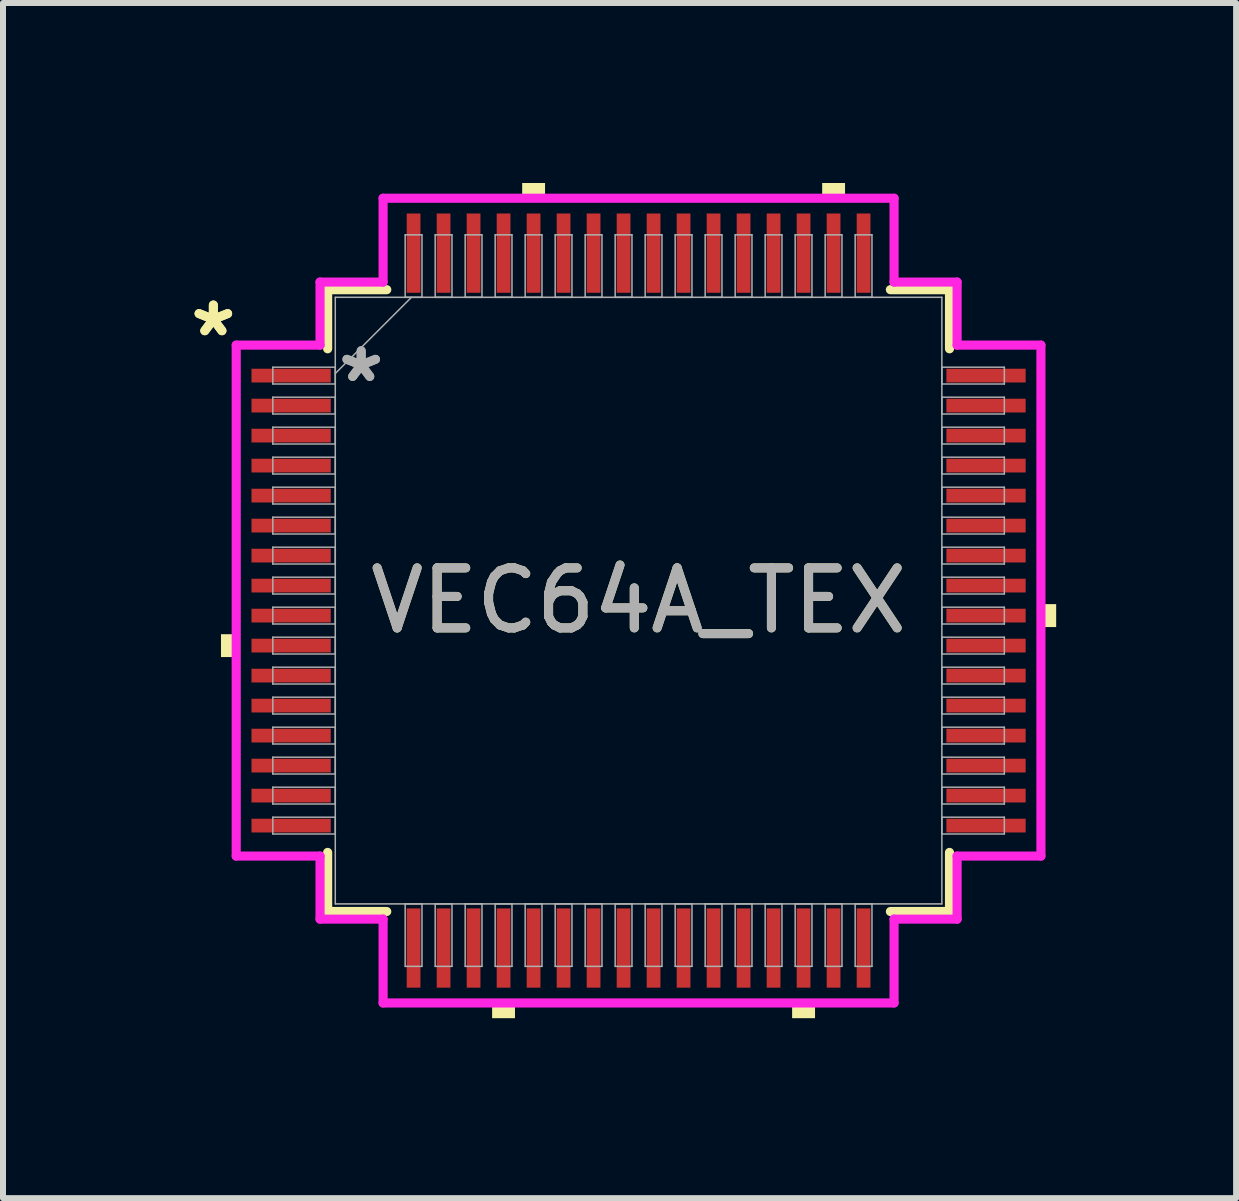
<source format=kicad_pcb>
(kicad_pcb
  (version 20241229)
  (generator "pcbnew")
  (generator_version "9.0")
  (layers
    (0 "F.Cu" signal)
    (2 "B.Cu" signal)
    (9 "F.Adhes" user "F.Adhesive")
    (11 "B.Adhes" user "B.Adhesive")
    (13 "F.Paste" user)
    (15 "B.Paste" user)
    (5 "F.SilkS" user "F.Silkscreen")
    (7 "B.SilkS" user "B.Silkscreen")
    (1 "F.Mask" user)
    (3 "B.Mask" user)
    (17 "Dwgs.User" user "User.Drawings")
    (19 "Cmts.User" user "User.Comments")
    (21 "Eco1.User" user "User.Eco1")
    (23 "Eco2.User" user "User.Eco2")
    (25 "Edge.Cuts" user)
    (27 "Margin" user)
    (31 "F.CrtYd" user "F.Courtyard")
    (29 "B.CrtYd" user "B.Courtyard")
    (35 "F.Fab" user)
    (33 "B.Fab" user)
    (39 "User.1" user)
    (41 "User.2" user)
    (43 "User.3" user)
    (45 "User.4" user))
  (footprint "VEC64A_TEX"
    (layer "F.Cu")
    (at 7.593 6.96)
    (property "Reference" "VEC64A_TEX" (at 0 0 0) (unlocked yes) (layer "F.SilkS") (effects (font (size 1 1) (thickness 0.15))))
    (attr smd)
    (fp_line (start -5.182 -5.182) (end -5.182 -4.197) (stroke (width 0.152) (type solid)) (layer "F.SilkS"))
    (fp_line (start -5.182 4.197) (end -5.182 5.182) (stroke (width 0.152) (type solid)) (layer "F.SilkS"))
    (fp_line (start -5.182 5.182) (end -4.197 5.182) (stroke (width 0.152) (type solid)) (layer "F.SilkS"))
    (fp_line (start -4.197 -5.182) (end -5.182 -5.182) (stroke (width 0.152) (type solid)) (layer "F.SilkS"))
    (fp_line (start 4.197 5.182) (end 5.182 5.182) (stroke (width 0.152) (type solid)) (layer "F.SilkS"))
    (fp_line (start 5.182 -5.182) (end 4.197 -5.182) (stroke (width 0.152) (type solid)) (layer "F.SilkS"))
    (fp_line (start 5.182 -4.197) (end 5.182 -5.182) (stroke (width 0.152) (type solid)) (layer "F.SilkS"))
    (fp_line (start 5.182 5.182) (end 5.182 4.197) (stroke (width 0.152) (type solid)) (layer "F.SilkS"))
    (fp_poly (pts (xy -6.96 0.56) (xy -6.96 0.941) (xy -6.706 0.941) (xy -6.706 0.56)) (stroke (width 0) (type solid)) (fill yes) (layer "F.SilkS"))
    (fp_poly (pts (xy -2.441 6.706) (xy -2.441 6.96) (xy -2.06 6.96) (xy -2.06 6.706)) (stroke (width 0) (type solid)) (fill yes) (layer "F.SilkS"))
    (fp_poly (pts (xy -1.94 -6.706) (xy -1.94 -6.96) (xy -1.559 -6.96) (xy -1.559 -6.706)) (stroke (width 0) (type solid)) (fill yes) (layer "F.SilkS"))
    (fp_poly (pts (xy 2.559 6.706) (xy 2.559 6.96) (xy 2.941 6.96) (xy 2.941 6.706)) (stroke (width 0) (type solid)) (fill yes) (layer "F.SilkS"))
    (fp_poly (pts (xy 3.06 -6.706) (xy 3.06 -6.96) (xy 3.441 -6.96) (xy 3.441 -6.706)) (stroke (width 0) (type solid)) (fill yes) (layer "F.SilkS"))
    (fp_poly (pts (xy 6.96 0.059) (xy 6.96 0.441) (xy 6.706 0.441) (xy 6.706 0.059)) (stroke (width 0) (type solid)) (fill yes) (layer "F.SilkS"))
    (fp_line (start -6.706 -4.258) (end -5.309 -4.258) (stroke (width 0.152) (type solid)) (layer "F.CrtYd"))
    (fp_line (start -6.706 4.258) (end -6.706 -4.258) (stroke (width 0.152) (type solid)) (layer "F.CrtYd"))
    (fp_line (start -6.706 4.258) (end -5.309 4.258) (stroke (width 0.152) (type solid)) (layer "F.CrtYd"))
    (fp_line (start -5.309 -5.309) (end -4.258 -5.309) (stroke (width 0.152) (type solid)) (layer "F.CrtYd"))
    (fp_line (start -5.309 -4.258) (end -5.309 -5.309) (stroke (width 0.152) (type solid)) (layer "F.CrtYd"))
    (fp_line (start -5.309 5.309) (end -5.309 4.258) (stroke (width 0.152) (type solid)) (layer "F.CrtYd"))
    (fp_line (start -4.258 -6.706) (end 4.258 -6.706) (stroke (width 0.152) (type solid)) (layer "F.CrtYd"))
    (fp_line (start -4.258 -5.309) (end -4.258 -6.706) (stroke (width 0.152) (type solid)) (layer "F.CrtYd"))
    (fp_line (start -4.258 5.309) (end -5.309 5.309) (stroke (width 0.152) (type solid)) (layer "F.CrtYd"))
    (fp_line (start -4.258 6.706) (end -4.258 5.309) (stroke (width 0.152) (type solid)) (layer "F.CrtYd"))
    (fp_line (start 4.258 -6.706) (end 4.258 -5.309) (stroke (width 0.152) (type solid)) (layer "F.CrtYd"))
    (fp_line (start 4.258 -5.309) (end 5.309 -5.309) (stroke (width 0.152) (type solid)) (layer "F.CrtYd"))
    (fp_line (start 4.258 5.309) (end 4.258 6.706) (stroke (width 0.152) (type solid)) (layer "F.CrtYd"))
    (fp_line (start 4.258 6.706) (end -4.258 6.706) (stroke (width 0.152) (type solid)) (layer "F.CrtYd"))
    (fp_line (start 5.309 -5.309) (end 5.309 -4.258) (stroke (width 0.152) (type solid)) (layer "F.CrtYd"))
    (fp_line (start 5.309 -4.258) (end 6.706 -4.258) (stroke (width 0.152) (type solid)) (layer "F.CrtYd"))
    (fp_line (start 5.309 4.258) (end 5.309 5.309) (stroke (width 0.152) (type solid)) (layer "F.CrtYd"))
    (fp_line (start 5.309 5.309) (end 4.258 5.309) (stroke (width 0.152) (type solid)) (layer "F.CrtYd"))
    (fp_line (start 6.706 -4.258) (end 6.706 4.258) (stroke (width 0.152) (type solid)) (layer "F.CrtYd"))
    (fp_line (start 6.706 4.258) (end 5.309 4.258) (stroke (width 0.152) (type solid)) (layer "F.CrtYd"))
    (fp_line (start -6.096 -3.89) (end -6.096 -3.61) (stroke (width 0.025) (type solid)) (layer "F.Fab"))
    (fp_line (start -6.096 -3.61) (end -5.055 -3.61) (stroke (width 0.025) (type solid)) (layer "F.Fab"))
    (fp_line (start -6.096 -3.39) (end -6.096 -3.11) (stroke (width 0.025) (type solid)) (layer "F.Fab"))
    (fp_line (start -6.096 -3.11) (end -5.055 -3.11) (stroke (width 0.025) (type solid)) (layer "F.Fab"))
    (fp_line (start -6.096 -2.89) (end -6.096 -2.61) (stroke (width 0.025) (type solid)) (layer "F.Fab"))
    (fp_line (start -6.096 -2.61) (end -5.055 -2.61) (stroke (width 0.025) (type solid)) (layer "F.Fab"))
    (fp_line (start -6.096 -2.39) (end -6.096 -2.11) (stroke (width 0.025) (type solid)) (layer "F.Fab"))
    (fp_line (start -6.096 -2.11) (end -5.055 -2.11) (stroke (width 0.025) (type solid)) (layer "F.Fab"))
    (fp_line (start -6.096 -1.89) (end -6.096 -1.61) (stroke (width 0.025) (type solid)) (layer "F.Fab"))
    (fp_line (start -6.096 -1.61) (end -5.055 -1.61) (stroke (width 0.025) (type solid)) (layer "F.Fab"))
    (fp_line (start -6.096 -1.39) (end -6.096 -1.11) (stroke (width 0.025) (type solid)) (layer "F.Fab"))
    (fp_line (start -6.096 -1.11) (end -5.055 -1.11) (stroke (width 0.025) (type solid)) (layer "F.Fab"))
    (fp_line (start -6.096 -0.89) (end -6.096 -0.61) (stroke (width 0.025) (type solid)) (layer "F.Fab"))
    (fp_line (start -6.096 -0.61) (end -5.055 -0.61) (stroke (width 0.025) (type solid)) (layer "F.Fab"))
    (fp_line (start -6.096 -0.39) (end -6.096 -0.11) (stroke (width 0.025) (type solid)) (layer "F.Fab"))
    (fp_line (start -6.096 -0.11) (end -5.055 -0.11) (stroke (width 0.025) (type solid)) (layer "F.Fab"))
    (fp_line (start -6.096 0.11) (end -6.096 0.39) (stroke (width 0.025) (type solid)) (layer "F.Fab"))
    (fp_line (start -6.096 0.39) (end -5.055 0.39) (stroke (width 0.025) (type solid)) (layer "F.Fab"))
    (fp_line (start -6.096 0.61) (end -6.096 0.89) (stroke (width 0.025) (type solid)) (layer "F.Fab"))
    (fp_line (start -6.096 0.89) (end -5.055 0.89) (stroke (width 0.025) (type solid)) (layer "F.Fab"))
    (fp_line (start -6.096 1.11) (end -6.096 1.39) (stroke (width 0.025) (type solid)) (layer "F.Fab"))
    (fp_line (start -6.096 1.39) (end -5.055 1.39) (stroke (width 0.025) (type solid)) (layer "F.Fab"))
    (fp_line (start -6.096 1.61) (end -6.096 1.89) (stroke (width 0.025) (type solid)) (layer "F.Fab"))
    (fp_line (start -6.096 1.89) (end -5.055 1.89) (stroke (width 0.025) (type solid)) (layer "F.Fab"))
    (fp_line (start -6.096 2.11) (end -6.096 2.39) (stroke (width 0.025) (type solid)) (layer "F.Fab"))
    (fp_line (start -6.096 2.39) (end -5.055 2.39) (stroke (width 0.025) (type solid)) (layer "F.Fab"))
    (fp_line (start -6.096 2.61) (end -6.096 2.89) (stroke (width 0.025) (type solid)) (layer "F.Fab"))
    (fp_line (start -6.096 2.89) (end -5.055 2.89) (stroke (width 0.025) (type solid)) (layer "F.Fab"))
    (fp_line (start -6.096 3.11) (end -6.096 3.39) (stroke (width 0.025) (type solid)) (layer "F.Fab"))
    (fp_line (start -6.096 3.39) (end -5.055 3.39) (stroke (width 0.025) (type solid)) (layer "F.Fab"))
    (fp_line (start -6.096 3.61) (end -6.096 3.89) (stroke (width 0.025) (type solid)) (layer "F.Fab"))
    (fp_line (start -6.096 3.89) (end -5.055 3.89) (stroke (width 0.025) (type solid)) (layer "F.Fab"))
    (fp_line (start -5.055 -5.055) (end -5.055 5.055) (stroke (width 0.025) (type solid)) (layer "F.Fab"))
    (fp_line (start -5.055 -3.89) (end -6.096 -3.89) (stroke (width 0.025) (type solid)) (layer "F.Fab"))
    (fp_line (start -5.055 -3.785) (end -3.785 -5.055) (stroke (width 0.025) (type solid)) (layer "F.Fab"))
    (fp_line (start -5.055 -3.61) (end -5.055 -3.89) (stroke (width 0.025) (type solid)) (layer "F.Fab"))
    (fp_line (start -5.055 -3.39) (end -6.096 -3.39) (stroke (width 0.025) (type solid)) (layer "F.Fab"))
    (fp_line (start -5.055 -3.11) (end -5.055 -3.39) (stroke (width 0.025) (type solid)) (layer "F.Fab"))
    (fp_line (start -5.055 -2.89) (end -6.096 -2.89) (stroke (width 0.025) (type solid)) (layer "F.Fab"))
    (fp_line (start -5.055 -2.61) (end -5.055 -2.89) (stroke (width 0.025) (type solid)) (layer "F.Fab"))
    (fp_line (start -5.055 -2.39) (end -6.096 -2.39) (stroke (width 0.025) (type solid)) (layer "F.Fab"))
    (fp_line (start -5.055 -2.11) (end -5.055 -2.39) (stroke (width 0.025) (type solid)) (layer "F.Fab"))
    (fp_line (start -5.055 -1.89) (end -6.096 -1.89) (stroke (width 0.025) (type solid)) (layer "F.Fab"))
    (fp_line (start -5.055 -1.61) (end -5.055 -1.89) (stroke (width 0.025) (type solid)) (layer "F.Fab"))
    (fp_line (start -5.055 -1.39) (end -6.096 -1.39) (stroke (width 0.025) (type solid)) (layer "F.Fab"))
    (fp_line (start -5.055 -1.11) (end -5.055 -1.39) (stroke (width 0.025) (type solid)) (layer "F.Fab"))
    (fp_line (start -5.055 -0.89) (end -6.096 -0.89) (stroke (width 0.025) (type solid)) (layer "F.Fab"))
    (fp_line (start -5.055 -0.61) (end -5.055 -0.89) (stroke (width 0.025) (type solid)) (layer "F.Fab"))
    (fp_line (start -5.055 -0.39) (end -6.096 -0.39) (stroke (width 0.025) (type solid)) (layer "F.Fab"))
    (fp_line (start -5.055 -0.11) (end -5.055 -0.39) (stroke (width 0.025) (type solid)) (layer "F.Fab"))
    (fp_line (start -5.055 0.11) (end -6.096 0.11) (stroke (width 0.025) (type solid)) (layer "F.Fab"))
    (fp_line (start -5.055 0.39) (end -5.055 0.11) (stroke (width 0.025) (type solid)) (layer "F.Fab"))
    (fp_line (start -5.055 0.61) (end -6.096 0.61) (stroke (width 0.025) (type solid)) (layer "F.Fab"))
    (fp_line (start -5.055 0.89) (end -5.055 0.61) (stroke (width 0.025) (type solid)) (layer "F.Fab"))
    (fp_line (start -5.055 1.11) (end -6.096 1.11) (stroke (width 0.025) (type solid)) (layer "F.Fab"))
    (fp_line (start -5.055 1.39) (end -5.055 1.11) (stroke (width 0.025) (type solid)) (layer "F.Fab"))
    (fp_line (start -5.055 1.61) (end -6.096 1.61) (stroke (width 0.025) (type solid)) (layer "F.Fab"))
    (fp_line (start -5.055 1.89) (end -5.055 1.61) (stroke (width 0.025) (type solid)) (layer "F.Fab"))
    (fp_line (start -5.055 2.11) (end -6.096 2.11) (stroke (width 0.025) (type solid)) (layer "F.Fab"))
    (fp_line (start -5.055 2.39) (end -5.055 2.11) (stroke (width 0.025) (type solid)) (layer "F.Fab"))
    (fp_line (start -5.055 2.61) (end -6.096 2.61) (stroke (width 0.025) (type solid)) (layer "F.Fab"))
    (fp_line (start -5.055 2.89) (end -5.055 2.61) (stroke (width 0.025) (type solid)) (layer "F.Fab"))
    (fp_line (start -5.055 3.11) (end -6.096 3.11) (stroke (width 0.025) (type solid)) (layer "F.Fab"))
    (fp_line (start -5.055 3.39) (end -5.055 3.11) (stroke (width 0.025) (type solid)) (layer "F.Fab"))
    (fp_line (start -5.055 3.61) (end -6.096 3.61) (stroke (width 0.025) (type solid)) (layer "F.Fab"))
    (fp_line (start -5.055 3.89) (end -5.055 3.61) (stroke (width 0.025) (type solid)) (layer "F.Fab"))
    (fp_line (start -5.055 5.055) (end 5.055 5.055) (stroke (width 0.025) (type solid)) (layer "F.Fab"))
    (fp_line (start -3.89 -6.096) (end -3.89 -5.055) (stroke (width 0.025) (type solid)) (layer "F.Fab"))
    (fp_line (start -3.89 -5.055) (end -3.61 -5.055) (stroke (width 0.025) (type solid)) (layer "F.Fab"))
    (fp_line (start -3.89 5.055) (end -3.89 6.096) (stroke (width 0.025) (type solid)) (layer "F.Fab"))
    (fp_line (start -3.89 6.096) (end -3.61 6.096) (stroke (width 0.025) (type solid)) (layer "F.Fab"))
    (fp_line (start -3.61 -6.096) (end -3.89 -6.096) (stroke (width 0.025) (type solid)) (layer "F.Fab"))
    (fp_line (start -3.61 -5.055) (end -3.61 -6.096) (stroke (width 0.025) (type solid)) (layer "F.Fab"))
    (fp_line (start -3.61 5.055) (end -3.89 5.055) (stroke (width 0.025) (type solid)) (layer "F.Fab"))
    (fp_line (start -3.61 6.096) (end -3.61 5.055) (stroke (width 0.025) (type solid)) (layer "F.Fab"))
    (fp_line (start -3.39 -6.096) (end -3.39 -5.055) (stroke (width 0.025) (type solid)) (layer "F.Fab"))
    (fp_line (start -3.39 -5.055) (end -3.11 -5.055) (stroke (width 0.025) (type solid)) (layer "F.Fab"))
    (fp_line (start -3.39 5.055) (end -3.39 6.096) (stroke (width 0.025) (type solid)) (layer "F.Fab"))
    (fp_line (start -3.39 6.096) (end -3.11 6.096) (stroke (width 0.025) (type solid)) (layer "F.Fab"))
    (fp_line (start -3.11 -6.096) (end -3.39 -6.096) (stroke (width 0.025) (type solid)) (layer "F.Fab"))
    (fp_line (start -3.11 -5.055) (end -3.11 -6.096) (stroke (width 0.025) (type solid)) (layer "F.Fab"))
    (fp_line (start -3.11 5.055) (end -3.39 5.055) (stroke (width 0.025) (type solid)) (layer "F.Fab"))
    (fp_line (start -3.11 6.096) (end -3.11 5.055) (stroke (width 0.025) (type solid)) (layer "F.Fab"))
    (fp_line (start -2.89 -6.096) (end -2.89 -5.055) (stroke (width 0.025) (type solid)) (layer "F.Fab"))
    (fp_line (start -2.89 -5.055) (end -2.61 -5.055) (stroke (width 0.025) (type solid)) (layer "F.Fab"))
    (fp_line (start -2.89 5.055) (end -2.89 6.096) (stroke (width 0.025) (type solid)) (layer "F.Fab"))
    (fp_line (start -2.89 6.096) (end -2.61 6.096) (stroke (width 0.025) (type solid)) (layer "F.Fab"))
    (fp_line (start -2.61 -6.096) (end -2.89 -6.096) (stroke (width 0.025) (type solid)) (layer "F.Fab"))
    (fp_line (start -2.61 -5.055) (end -2.61 -6.096) (stroke (width 0.025) (type solid)) (layer "F.Fab"))
    (fp_line (start -2.61 5.055) (end -2.89 5.055) (stroke (width 0.025) (type solid)) (layer "F.Fab"))
    (fp_line (start -2.61 6.096) (end -2.61 5.055) (stroke (width 0.025) (type solid)) (layer "F.Fab"))
    (fp_line (start -2.39 -6.096) (end -2.39 -5.055) (stroke (width 0.025) (type solid)) (layer "F.Fab"))
    (fp_line (start -2.39 -5.055) (end -2.11 -5.055) (stroke (width 0.025) (type solid)) (layer "F.Fab"))
    (fp_line (start -2.39 5.055) (end -2.39 6.096) (stroke (width 0.025) (type solid)) (layer "F.Fab"))
    (fp_line (start -2.39 6.096) (end -2.11 6.096) (stroke (width 0.025) (type solid)) (layer "F.Fab"))
    (fp_line (start -2.11 -6.096) (end -2.39 -6.096) (stroke (width 0.025) (type solid)) (layer "F.Fab"))
    (fp_line (start -2.11 -5.055) (end -2.11 -6.096) (stroke (width 0.025) (type solid)) (layer "F.Fab"))
    (fp_line (start -2.11 5.055) (end -2.39 5.055) (stroke (width 0.025) (type solid)) (layer "F.Fab"))
    (fp_line (start -2.11 6.096) (end -2.11 5.055) (stroke (width 0.025) (type solid)) (layer "F.Fab"))
    (fp_line (start -1.89 -6.096) (end -1.89 -5.055) (stroke (width 0.025) (type solid)) (layer "F.Fab"))
    (fp_line (start -1.89 -5.055) (end -1.61 -5.055) (stroke (width 0.025) (type solid)) (layer "F.Fab"))
    (fp_line (start -1.89 5.055) (end -1.89 6.096) (stroke (width 0.025) (type solid)) (layer "F.Fab"))
    (fp_line (start -1.89 6.096) (end -1.61 6.096) (stroke (width 0.025) (type solid)) (layer "F.Fab"))
    (fp_line (start -1.61 -6.096) (end -1.89 -6.096) (stroke (width 0.025) (type solid)) (layer "F.Fab"))
    (fp_line (start -1.61 -5.055) (end -1.61 -6.096) (stroke (width 0.025) (type solid)) (layer "F.Fab"))
    (fp_line (start -1.61 5.055) (end -1.89 5.055) (stroke (width 0.025) (type solid)) (layer "F.Fab"))
    (fp_line (start -1.61 6.096) (end -1.61 5.055) (stroke (width 0.025) (type solid)) (layer "F.Fab"))
    (fp_line (start -1.39 -6.096) (end -1.39 -5.055) (stroke (width 0.025) (type solid)) (layer "F.Fab"))
    (fp_line (start -1.39 -5.055) (end -1.11 -5.055) (stroke (width 0.025) (type solid)) (layer "F.Fab"))
    (fp_line (start -1.39 5.055) (end -1.39 6.096) (stroke (width 0.025) (type solid)) (layer "F.Fab"))
    (fp_line (start -1.39 6.096) (end -1.11 6.096) (stroke (width 0.025) (type solid)) (layer "F.Fab"))
    (fp_line (start -1.11 -6.096) (end -1.39 -6.096) (stroke (width 0.025) (type solid)) (layer "F.Fab"))
    (fp_line (start -1.11 -5.055) (end -1.11 -6.096) (stroke (width 0.025) (type solid)) (layer "F.Fab"))
    (fp_line (start -1.11 5.055) (end -1.39 5.055) (stroke (width 0.025) (type solid)) (layer "F.Fab"))
    (fp_line (start -1.11 6.096) (end -1.11 5.055) (stroke (width 0.025) (type solid)) (layer "F.Fab"))
    (fp_line (start -0.89 -6.096) (end -0.89 -5.055) (stroke (width 0.025) (type solid)) (layer "F.Fab"))
    (fp_line (start -0.89 -5.055) (end -0.61 -5.055) (stroke (width 0.025) (type solid)) (layer "F.Fab"))
    (fp_line (start -0.89 5.055) (end -0.89 6.096) (stroke (width 0.025) (type solid)) (layer "F.Fab"))
    (fp_line (start -0.89 6.096) (end -0.61 6.096) (stroke (width 0.025) (type solid)) (layer "F.Fab"))
    (fp_line (start -0.61 -6.096) (end -0.89 -6.096) (stroke (width 0.025) (type solid)) (layer "F.Fab"))
    (fp_line (start -0.61 -5.055) (end -0.61 -6.096) (stroke (width 0.025) (type solid)) (layer "F.Fab"))
    (fp_line (start -0.61 5.055) (end -0.89 5.055) (stroke (width 0.025) (type solid)) (layer "F.Fab"))
    (fp_line (start -0.61 6.096) (end -0.61 5.055) (stroke (width 0.025) (type solid)) (layer "F.Fab"))
    (fp_line (start -0.39 -6.096) (end -0.39 -5.055) (stroke (width 0.025) (type solid)) (layer "F.Fab"))
    (fp_line (start -0.39 -5.055) (end -0.11 -5.055) (stroke (width 0.025) (type solid)) (layer "F.Fab"))
    (fp_line (start -0.39 5.055) (end -0.39 6.096) (stroke (width 0.025) (type solid)) (layer "F.Fab"))
    (fp_line (start -0.39 6.096) (end -0.11 6.096) (stroke (width 0.025) (type solid)) (layer "F.Fab"))
    (fp_line (start -0.11 -6.096) (end -0.39 -6.096) (stroke (width 0.025) (type solid)) (layer "F.Fab"))
    (fp_line (start -0.11 -5.055) (end -0.11 -6.096) (stroke (width 0.025) (type solid)) (layer "F.Fab"))
    (fp_line (start -0.11 5.055) (end -0.39 5.055) (stroke (width 0.025) (type solid)) (layer "F.Fab"))
    (fp_line (start -0.11 6.096) (end -0.11 5.055) (stroke (width 0.025) (type solid)) (layer "F.Fab"))
    (fp_line (start 0.11 -6.096) (end 0.11 -5.055) (stroke (width 0.025) (type solid)) (layer "F.Fab"))
    (fp_line (start 0.11 -5.055) (end 0.39 -5.055) (stroke (width 0.025) (type solid)) (layer "F.Fab"))
    (fp_line (start 0.11 5.055) (end 0.11 6.096) (stroke (width 0.025) (type solid)) (layer "F.Fab"))
    (fp_line (start 0.11 6.096) (end 0.39 6.096) (stroke (width 0.025) (type solid)) (layer "F.Fab"))
    (fp_line (start 0.39 -6.096) (end 0.11 -6.096) (stroke (width 0.025) (type solid)) (layer "F.Fab"))
    (fp_line (start 0.39 -5.055) (end 0.39 -6.096) (stroke (width 0.025) (type solid)) (layer "F.Fab"))
    (fp_line (start 0.39 5.055) (end 0.11 5.055) (stroke (width 0.025) (type solid)) (layer "F.Fab"))
    (fp_line (start 0.39 6.096) (end 0.39 5.055) (stroke (width 0.025) (type solid)) (layer "F.Fab"))
    (fp_line (start 0.61 -6.096) (end 0.61 -5.055) (stroke (width 0.025) (type solid)) (layer "F.Fab"))
    (fp_line (start 0.61 -5.055) (end 0.89 -5.055) (stroke (width 0.025) (type solid)) (layer "F.Fab"))
    (fp_line (start 0.61 5.055) (end 0.61 6.096) (stroke (width 0.025) (type solid)) (layer "F.Fab"))
    (fp_line (start 0.61 6.096) (end 0.89 6.096) (stroke (width 0.025) (type solid)) (layer "F.Fab"))
    (fp_line (start 0.89 -6.096) (end 0.61 -6.096) (stroke (width 0.025) (type solid)) (layer "F.Fab"))
    (fp_line (start 0.89 -5.055) (end 0.89 -6.096) (stroke (width 0.025) (type solid)) (layer "F.Fab"))
    (fp_line (start 0.89 5.055) (end 0.61 5.055) (stroke (width 0.025) (type solid)) (layer "F.Fab"))
    (fp_line (start 0.89 6.096) (end 0.89 5.055) (stroke (width 0.025) (type solid)) (layer "F.Fab"))
    (fp_line (start 1.11 -6.096) (end 1.11 -5.055) (stroke (width 0.025) (type solid)) (layer "F.Fab"))
    (fp_line (start 1.11 -5.055) (end 1.39 -5.055) (stroke (width 0.025) (type solid)) (layer "F.Fab"))
    (fp_line (start 1.11 5.055) (end 1.11 6.096) (stroke (width 0.025) (type solid)) (layer "F.Fab"))
    (fp_line (start 1.11 6.096) (end 1.39 6.096) (stroke (width 0.025) (type solid)) (layer "F.Fab"))
    (fp_line (start 1.39 -6.096) (end 1.11 -6.096) (stroke (width 0.025) (type solid)) (layer "F.Fab"))
    (fp_line (start 1.39 -5.055) (end 1.39 -6.096) (stroke (width 0.025) (type solid)) (layer "F.Fab"))
    (fp_line (start 1.39 5.055) (end 1.11 5.055) (stroke (width 0.025) (type solid)) (layer "F.Fab"))
    (fp_line (start 1.39 6.096) (end 1.39 5.055) (stroke (width 0.025) (type solid)) (layer "F.Fab"))
    (fp_line (start 1.61 -6.096) (end 1.61 -5.055) (stroke (width 0.025) (type solid)) (layer "F.Fab"))
    (fp_line (start 1.61 -5.055) (end 1.89 -5.055) (stroke (width 0.025) (type solid)) (layer "F.Fab"))
    (fp_line (start 1.61 5.055) (end 1.61 6.096) (stroke (width 0.025) (type solid)) (layer "F.Fab"))
    (fp_line (start 1.61 6.096) (end 1.89 6.096) (stroke (width 0.025) (type solid)) (layer "F.Fab"))
    (fp_line (start 1.89 -6.096) (end 1.61 -6.096) (stroke (width 0.025) (type solid)) (layer "F.Fab"))
    (fp_line (start 1.89 -5.055) (end 1.89 -6.096) (stroke (width 0.025) (type solid)) (layer "F.Fab"))
    (fp_line (start 1.89 5.055) (end 1.61 5.055) (stroke (width 0.025) (type solid)) (layer "F.Fab"))
    (fp_line (start 1.89 6.096) (end 1.89 5.055) (stroke (width 0.025) (type solid)) (layer "F.Fab"))
    (fp_line (start 2.11 -6.096) (end 2.11 -5.055) (stroke (width 0.025) (type solid)) (layer "F.Fab"))
    (fp_line (start 2.11 -5.055) (end 2.39 -5.055) (stroke (width 0.025) (type solid)) (layer "F.Fab"))
    (fp_line (start 2.11 5.055) (end 2.11 6.096) (stroke (width 0.025) (type solid)) (layer "F.Fab"))
    (fp_line (start 2.11 6.096) (end 2.39 6.096) (stroke (width 0.025) (type solid)) (layer "F.Fab"))
    (fp_line (start 2.39 -6.096) (end 2.11 -6.096) (stroke (width 0.025) (type solid)) (layer "F.Fab"))
    (fp_line (start 2.39 -5.055) (end 2.39 -6.096) (stroke (width 0.025) (type solid)) (layer "F.Fab"))
    (fp_line (start 2.39 5.055) (end 2.11 5.055) (stroke (width 0.025) (type solid)) (layer "F.Fab"))
    (fp_line (start 2.39 6.096) (end 2.39 5.055) (stroke (width 0.025) (type solid)) (layer "F.Fab"))
    (fp_line (start 2.61 -6.096) (end 2.61 -5.055) (stroke (width 0.025) (type solid)) (layer "F.Fab"))
    (fp_line (start 2.61 -5.055) (end 2.89 -5.055) (stroke (width 0.025) (type solid)) (layer "F.Fab"))
    (fp_line (start 2.61 5.055) (end 2.61 6.096) (stroke (width 0.025) (type solid)) (layer "F.Fab"))
    (fp_line (start 2.61 6.096) (end 2.89 6.096) (stroke (width 0.025) (type solid)) (layer "F.Fab"))
    (fp_line (start 2.89 -6.096) (end 2.61 -6.096) (stroke (width 0.025) (type solid)) (layer "F.Fab"))
    (fp_line (start 2.89 -5.055) (end 2.89 -6.096) (stroke (width 0.025) (type solid)) (layer "F.Fab"))
    (fp_line (start 2.89 5.055) (end 2.61 5.055) (stroke (width 0.025) (type solid)) (layer "F.Fab"))
    (fp_line (start 2.89 6.096) (end 2.89 5.055) (stroke (width 0.025) (type solid)) (layer "F.Fab"))
    (fp_line (start 3.11 -6.096) (end 3.11 -5.055) (stroke (width 0.025) (type solid)) (layer "F.Fab"))
    (fp_line (start 3.11 -5.055) (end 3.39 -5.055) (stroke (width 0.025) (type solid)) (layer "F.Fab"))
    (fp_line (start 3.11 5.055) (end 3.11 6.096) (stroke (width 0.025) (type solid)) (layer "F.Fab"))
    (fp_line (start 3.11 6.096) (end 3.39 6.096) (stroke (width 0.025) (type solid)) (layer "F.Fab"))
    (fp_line (start 3.39 -6.096) (end 3.11 -6.096) (stroke (width 0.025) (type solid)) (layer "F.Fab"))
    (fp_line (start 3.39 -5.055) (end 3.39 -6.096) (stroke (width 0.025) (type solid)) (layer "F.Fab"))
    (fp_line (start 3.39 5.055) (end 3.11 5.055) (stroke (width 0.025) (type solid)) (layer "F.Fab"))
    (fp_line (start 3.39 6.096) (end 3.39 5.055) (stroke (width 0.025) (type solid)) (layer "F.Fab"))
    (fp_line (start 3.61 -6.096) (end 3.61 -5.055) (stroke (width 0.025) (type solid)) (layer "F.Fab"))
    (fp_line (start 3.61 -5.055) (end 3.89 -5.055) (stroke (width 0.025) (type solid)) (layer "F.Fab"))
    (fp_line (start 3.61 5.055) (end 3.61 6.096) (stroke (width 0.025) (type solid)) (layer "F.Fab"))
    (fp_line (start 3.61 6.096) (end 3.89 6.096) (stroke (width 0.025) (type solid)) (layer "F.Fab"))
    (fp_line (start 3.89 -6.096) (end 3.61 -6.096) (stroke (width 0.025) (type solid)) (layer "F.Fab"))
    (fp_line (start 3.89 -5.055) (end 3.89 -6.096) (stroke (width 0.025) (type solid)) (layer "F.Fab"))
    (fp_line (start 3.89 5.055) (end 3.61 5.055) (stroke (width 0.025) (type solid)) (layer "F.Fab"))
    (fp_line (start 3.89 6.096) (end 3.89 5.055) (stroke (width 0.025) (type solid)) (layer "F.Fab"))
    (fp_line (start 5.055 -5.055) (end -5.055 -5.055) (stroke (width 0.025) (type solid)) (layer "F.Fab"))
    (fp_line (start 5.055 -3.89) (end 5.055 -3.61) (stroke (width 0.025) (type solid)) (layer "F.Fab"))
    (fp_line (start 5.055 -3.61) (end 6.096 -3.61) (stroke (width 0.025) (type solid)) (layer "F.Fab"))
    (fp_line (start 5.055 -3.39) (end 5.055 -3.11) (stroke (width 0.025) (type solid)) (layer "F.Fab"))
    (fp_line (start 5.055 -3.11) (end 6.096 -3.11) (stroke (width 0.025) (type solid)) (layer "F.Fab"))
    (fp_line (start 5.055 -2.89) (end 5.055 -2.61) (stroke (width 0.025) (type solid)) (layer "F.Fab"))
    (fp_line (start 5.055 -2.61) (end 6.096 -2.61) (stroke (width 0.025) (type solid)) (layer "F.Fab"))
    (fp_line (start 5.055 -2.39) (end 5.055 -2.11) (stroke (width 0.025) (type solid)) (layer "F.Fab"))
    (fp_line (start 5.055 -2.11) (end 6.096 -2.11) (stroke (width 0.025) (type solid)) (layer "F.Fab"))
    (fp_line (start 5.055 -1.89) (end 5.055 -1.61) (stroke (width 0.025) (type solid)) (layer "F.Fab"))
    (fp_line (start 5.055 -1.61) (end 6.096 -1.61) (stroke (width 0.025) (type solid)) (layer "F.Fab"))
    (fp_line (start 5.055 -1.39) (end 5.055 -1.11) (stroke (width 0.025) (type solid)) (layer "F.Fab"))
    (fp_line (start 5.055 -1.11) (end 6.096 -1.11) (stroke (width 0.025) (type solid)) (layer "F.Fab"))
    (fp_line (start 5.055 -0.89) (end 5.055 -0.61) (stroke (width 0.025) (type solid)) (layer "F.Fab"))
    (fp_line (start 5.055 -0.61) (end 6.096 -0.61) (stroke (width 0.025) (type solid)) (layer "F.Fab"))
    (fp_line (start 5.055 -0.39) (end 5.055 -0.11) (stroke (width 0.025) (type solid)) (layer "F.Fab"))
    (fp_line (start 5.055 -0.11) (end 6.096 -0.11) (stroke (width 0.025) (type solid)) (layer "F.Fab"))
    (fp_line (start 5.055 0.11) (end 5.055 0.39) (stroke (width 0.025) (type solid)) (layer "F.Fab"))
    (fp_line (start 5.055 0.39) (end 6.096 0.39) (stroke (width 0.025) (type solid)) (layer "F.Fab"))
    (fp_line (start 5.055 0.61) (end 5.055 0.89) (stroke (width 0.025) (type solid)) (layer "F.Fab"))
    (fp_line (start 5.055 0.89) (end 6.096 0.89) (stroke (width 0.025) (type solid)) (layer "F.Fab"))
    (fp_line (start 5.055 1.11) (end 5.055 1.39) (stroke (width 0.025) (type solid)) (layer "F.Fab"))
    (fp_line (start 5.055 1.39) (end 6.096 1.39) (stroke (width 0.025) (type solid)) (layer "F.Fab"))
    (fp_line (start 5.055 1.61) (end 5.055 1.89) (stroke (width 0.025) (type solid)) (layer "F.Fab"))
    (fp_line (start 5.055 1.89) (end 6.096 1.89) (stroke (width 0.025) (type solid)) (layer "F.Fab"))
    (fp_line (start 5.055 2.11) (end 5.055 2.39) (stroke (width 0.025) (type solid)) (layer "F.Fab"))
    (fp_line (start 5.055 2.39) (end 6.096 2.39) (stroke (width 0.025) (type solid)) (layer "F.Fab"))
    (fp_line (start 5.055 2.61) (end 5.055 2.89) (stroke (width 0.025) (type solid)) (layer "F.Fab"))
    (fp_line (start 5.055 2.89) (end 6.096 2.89) (stroke (width 0.025) (type solid)) (layer "F.Fab"))
    (fp_line (start 5.055 3.11) (end 5.055 3.39) (stroke (width 0.025) (type solid)) (layer "F.Fab"))
    (fp_line (start 5.055 3.39) (end 6.096 3.39) (stroke (width 0.025) (type solid)) (layer "F.Fab"))
    (fp_line (start 5.055 3.61) (end 5.055 3.89) (stroke (width 0.025) (type solid)) (layer "F.Fab"))
    (fp_line (start 5.055 3.89) (end 6.096 3.89) (stroke (width 0.025) (type solid)) (layer "F.Fab"))
    (fp_line (start 5.055 5.055) (end 5.055 -5.055) (stroke (width 0.025) (type solid)) (layer "F.Fab"))
    (fp_line (start 6.096 -3.89) (end 5.055 -3.89) (stroke (width 0.025) (type solid)) (layer "F.Fab"))
    (fp_line (start 6.096 -3.61) (end 6.096 -3.89) (stroke (width 0.025) (type solid)) (layer "F.Fab"))
    (fp_line (start 6.096 -3.39) (end 5.055 -3.39) (stroke (width 0.025) (type solid)) (layer "F.Fab"))
    (fp_line (start 6.096 -3.11) (end 6.096 -3.39) (stroke (width 0.025) (type solid)) (layer "F.Fab"))
    (fp_line (start 6.096 -2.89) (end 5.055 -2.89) (stroke (width 0.025) (type solid)) (layer "F.Fab"))
    (fp_line (start 6.096 -2.61) (end 6.096 -2.89) (stroke (width 0.025) (type solid)) (layer "F.Fab"))
    (fp_line (start 6.096 -2.39) (end 5.055 -2.39) (stroke (width 0.025) (type solid)) (layer "F.Fab"))
    (fp_line (start 6.096 -2.11) (end 6.096 -2.39) (stroke (width 0.025) (type solid)) (layer "F.Fab"))
    (fp_line (start 6.096 -1.89) (end 5.055 -1.89) (stroke (width 0.025) (type solid)) (layer "F.Fab"))
    (fp_line (start 6.096 -1.61) (end 6.096 -1.89) (stroke (width 0.025) (type solid)) (layer "F.Fab"))
    (fp_line (start 6.096 -1.39) (end 5.055 -1.39) (stroke (width 0.025) (type solid)) (layer "F.Fab"))
    (fp_line (start 6.096 -1.11) (end 6.096 -1.39) (stroke (width 0.025) (type solid)) (layer "F.Fab"))
    (fp_line (start 6.096 -0.89) (end 5.055 -0.89) (stroke (width 0.025) (type solid)) (layer "F.Fab"))
    (fp_line (start 6.096 -0.61) (end 6.096 -0.89) (stroke (width 0.025) (type solid)) (layer "F.Fab"))
    (fp_line (start 6.096 -0.39) (end 5.055 -0.39) (stroke (width 0.025) (type solid)) (layer "F.Fab"))
    (fp_line (start 6.096 -0.11) (end 6.096 -0.39) (stroke (width 0.025) (type solid)) (layer "F.Fab"))
    (fp_line (start 6.096 0.11) (end 5.055 0.11) (stroke (width 0.025) (type solid)) (layer "F.Fab"))
    (fp_line (start 6.096 0.39) (end 6.096 0.11) (stroke (width 0.025) (type solid)) (layer "F.Fab"))
    (fp_line (start 6.096 0.61) (end 5.055 0.61) (stroke (width 0.025) (type solid)) (layer "F.Fab"))
    (fp_line (start 6.096 0.89) (end 6.096 0.61) (stroke (width 0.025) (type solid)) (layer "F.Fab"))
    (fp_line (start 6.096 1.11) (end 5.055 1.11) (stroke (width 0.025) (type solid)) (layer "F.Fab"))
    (fp_line (start 6.096 1.39) (end 6.096 1.11) (stroke (width 0.025) (type solid)) (layer "F.Fab"))
    (fp_line (start 6.096 1.61) (end 5.055 1.61) (stroke (width 0.025) (type solid)) (layer "F.Fab"))
    (fp_line (start 6.096 1.89) (end 6.096 1.61) (stroke (width 0.025) (type solid)) (layer "F.Fab"))
    (fp_line (start 6.096 2.11) (end 5.055 2.11) (stroke (width 0.025) (type solid)) (layer "F.Fab"))
    (fp_line (start 6.096 2.39) (end 6.096 2.11) (stroke (width 0.025) (type solid)) (layer "F.Fab"))
    (fp_line (start 6.096 2.61) (end 5.055 2.61) (stroke (width 0.025) (type solid)) (layer "F.Fab"))
    (fp_line (start 6.096 2.89) (end 6.096 2.61) (stroke (width 0.025) (type solid)) (layer "F.Fab"))
    (fp_line (start 6.096 3.11) (end 5.055 3.11) (stroke (width 0.025) (type solid)) (layer "F.Fab"))
    (fp_line (start 6.096 3.39) (end 6.096 3.11) (stroke (width 0.025) (type solid)) (layer "F.Fab"))
    (fp_line (start 6.096 3.61) (end 5.055 3.61) (stroke (width 0.025) (type solid)) (layer "F.Fab"))
    (fp_line (start 6.096 3.89) (end 6.096 3.61) (stroke (width 0.025) (type solid)) (layer "F.Fab"))
    (fp_text user "*" (at -7.087 -4.381 0) (layer "F.SilkS") (effects (font (size 1 1) (thickness 0.15))))
    (fp_text user "*" (at -7.087 -4.381 0) (unlocked yes) (layer "F.SilkS") (effects (font (size 1 1) (thickness 0.15))))
    (fp_text user "${REFERENCE}" (at 0 0 0) (unlocked yes) (layer "F.Fab") (effects (font (size 1 1) (thickness 0.15))))
    (fp_text user "*" (at -4.623 -3.619 0) (layer "F.Fab") (effects (font (size 1 1) (thickness 0.15))))
    (fp_text user "*" (at -4.623 -3.619 0) (unlocked yes) (layer "F.Fab") (effects (font (size 1 1) (thickness 0.15))))
    (pad "1" smd rect (at -5.791 -3.75 90) (size 0.229 1.321) (layers "F.Cu" "F.Mask" "F.Paste"))
    (pad "2" smd rect (at -5.791 -3.25 90) (size 0.229 1.321) (layers "F.Cu" "F.Mask" "F.Paste"))
    (pad "3" smd rect (at -5.791 -2.75 90) (size 0.229 1.321) (layers "F.Cu" "F.Mask" "F.Paste"))
    (pad "4" smd rect (at -5.791 -2.25 90) (size 0.229 1.321) (layers "F.Cu" "F.Mask" "F.Paste"))
    (pad "5" smd rect (at -5.791 -1.75 90) (size 0.229 1.321) (layers "F.Cu" "F.Mask" "F.Paste"))
    (pad "6" smd rect (at -5.791 -1.25 90) (size 0.229 1.321) (layers "F.Cu" "F.Mask" "F.Paste"))
    (pad "7" smd rect (at -5.791 -0.75 90) (size 0.229 1.321) (layers "F.Cu" "F.Mask" "F.Paste"))
    (pad "8" smd rect (at -5.791 -0.25 90) (size 0.229 1.321) (layers "F.Cu" "F.Mask" "F.Paste"))
    (pad "9" smd rect (at -5.791 0.25 90) (size 0.229 1.321) (layers "F.Cu" "F.Mask" "F.Paste"))
    (pad "10" smd rect (at -5.791 0.75 90) (size 0.229 1.321) (layers "F.Cu" "F.Mask" "F.Paste"))
    (pad "11" smd rect (at -5.791 1.25 90) (size 0.229 1.321) (layers "F.Cu" "F.Mask" "F.Paste"))
    (pad "12" smd rect (at -5.791 1.75 90) (size 0.229 1.321) (layers "F.Cu" "F.Mask" "F.Paste"))
    (pad "13" smd rect (at -5.791 2.25 90) (size 0.229 1.321) (layers "F.Cu" "F.Mask" "F.Paste"))
    (pad "14" smd rect (at -5.791 2.75 90) (size 0.229 1.321) (layers "F.Cu" "F.Mask" "F.Paste"))
    (pad "15" smd rect (at -5.791 3.25 90) (size 0.229 1.321) (layers "F.Cu" "F.Mask" "F.Paste"))
    (pad "16" smd rect (at -5.791 3.75 90) (size 0.229 1.321) (layers "F.Cu" "F.Mask" "F.Paste"))
    (pad "17" smd rect (at -3.75 5.791) (size 0.229 1.321) (layers "F.Cu" "F.Mask" "F.Paste"))
    (pad "18" smd rect (at -3.25 5.791) (size 0.229 1.321) (layers "F.Cu" "F.Mask" "F.Paste"))
    (pad "19" smd rect (at -2.75 5.791) (size 0.229 1.321) (layers "F.Cu" "F.Mask" "F.Paste"))
    (pad "20" smd rect (at -2.25 5.791) (size 0.229 1.321) (layers "F.Cu" "F.Mask" "F.Paste"))
    (pad "21" smd rect (at -1.75 5.791) (size 0.229 1.321) (layers "F.Cu" "F.Mask" "F.Paste"))
    (pad "22" smd rect (at -1.25 5.791) (size 0.229 1.321) (layers "F.Cu" "F.Mask" "F.Paste"))
    (pad "23" smd rect (at -0.75 5.791) (size 0.229 1.321) (layers "F.Cu" "F.Mask" "F.Paste"))
    (pad "24" smd rect (at -0.25 5.791) (size 0.229 1.321) (layers "F.Cu" "F.Mask" "F.Paste"))
    (pad "25" smd rect (at 0.25 5.791) (size 0.229 1.321) (layers "F.Cu" "F.Mask" "F.Paste"))
    (pad "26" smd rect (at 0.75 5.791) (size 0.229 1.321) (layers "F.Cu" "F.Mask" "F.Paste"))
    (pad "27" smd rect (at 1.25 5.791) (size 0.229 1.321) (layers "F.Cu" "F.Mask" "F.Paste"))
    (pad "28" smd rect (at 1.75 5.791) (size 0.229 1.321) (layers "F.Cu" "F.Mask" "F.Paste"))
    (pad "29" smd rect (at 2.25 5.791) (size 0.229 1.321) (layers "F.Cu" "F.Mask" "F.Paste"))
    (pad "30" smd rect (at 2.75 5.791) (size 0.229 1.321) (layers "F.Cu" "F.Mask" "F.Paste"))
    (pad "31" smd rect (at 3.25 5.791) (size 0.229 1.321) (layers "F.Cu" "F.Mask" "F.Paste"))
    (pad "32" smd rect (at 3.75 5.791) (size 0.229 1.321) (layers "F.Cu" "F.Mask" "F.Paste"))
    (pad "33" smd rect (at 5.791 3.75 90) (size 0.229 1.321) (layers "F.Cu" "F.Mask" "F.Paste"))
    (pad "34" smd rect (at 5.791 3.25 90) (size 0.229 1.321) (layers "F.Cu" "F.Mask" "F.Paste"))
    (pad "35" smd rect (at 5.791 2.75 90) (size 0.229 1.321) (layers "F.Cu" "F.Mask" "F.Paste"))
    (pad "36" smd rect (at 5.791 2.25 90) (size 0.229 1.321) (layers "F.Cu" "F.Mask" "F.Paste"))
    (pad "37" smd rect (at 5.791 1.75 90) (size 0.229 1.321) (layers "F.Cu" "F.Mask" "F.Paste"))
    (pad "38" smd rect (at 5.791 1.25 90) (size 0.229 1.321) (layers "F.Cu" "F.Mask" "F.Paste"))
    (pad "39" smd rect (at 5.791 0.75 90) (size 0.229 1.321) (layers "F.Cu" "F.Mask" "F.Paste"))
    (pad "40" smd rect (at 5.791 0.25 90) (size 0.229 1.321) (layers "F.Cu" "F.Mask" "F.Paste"))
    (pad "41" smd rect (at 5.791 -0.25 90) (size 0.229 1.321) (layers "F.Cu" "F.Mask" "F.Paste"))
    (pad "42" smd rect (at 5.791 -0.75 90) (size 0.229 1.321) (layers "F.Cu" "F.Mask" "F.Paste"))
    (pad "43" smd rect (at 5.791 -1.25 90) (size 0.229 1.321) (layers "F.Cu" "F.Mask" "F.Paste"))
    (pad "44" smd rect (at 5.791 -1.75 90) (size 0.229 1.321) (layers "F.Cu" "F.Mask" "F.Paste"))
    (pad "45" smd rect (at 5.791 -2.25 90) (size 0.229 1.321) (layers "F.Cu" "F.Mask" "F.Paste"))
    (pad "46" smd rect (at 5.791 -2.75 90) (size 0.229 1.321) (layers "F.Cu" "F.Mask" "F.Paste"))
    (pad "47" smd rect (at 5.791 -3.25 90) (size 0.229 1.321) (layers "F.Cu" "F.Mask" "F.Paste"))
    (pad "48" smd rect (at 5.791 -3.75 90) (size 0.229 1.321) (layers "F.Cu" "F.Mask" "F.Paste"))
    (pad "49" smd rect (at 3.75 -5.791) (size 0.229 1.321) (layers "F.Cu" "F.Mask" "F.Paste"))
    (pad "50" smd rect (at 3.25 -5.791) (size 0.229 1.321) (layers "F.Cu" "F.Mask" "F.Paste"))
    (pad "51" smd rect (at 2.75 -5.791) (size 0.229 1.321) (layers "F.Cu" "F.Mask" "F.Paste"))
    (pad "52" smd rect (at 2.25 -5.791) (size 0.229 1.321) (layers "F.Cu" "F.Mask" "F.Paste"))
    (pad "53" smd rect (at 1.75 -5.791) (size 0.229 1.321) (layers "F.Cu" "F.Mask" "F.Paste"))
    (pad "54" smd rect (at 1.25 -5.791) (size 0.229 1.321) (layers "F.Cu" "F.Mask" "F.Paste"))
    (pad "55" smd rect (at 0.75 -5.791) (size 0.229 1.321) (layers "F.Cu" "F.Mask" "F.Paste"))
    (pad "56" smd rect (at 0.25 -5.791) (size 0.229 1.321) (layers "F.Cu" "F.Mask" "F.Paste"))
    (pad "57" smd rect (at -0.25 -5.791) (size 0.229 1.321) (layers "F.Cu" "F.Mask" "F.Paste"))
    (pad "58" smd rect (at -0.75 -5.791) (size 0.229 1.321) (layers "F.Cu" "F.Mask" "F.Paste"))
    (pad "59" smd rect (at -1.25 -5.791) (size 0.229 1.321) (layers "F.Cu" "F.Mask" "F.Paste"))
    (pad "60" smd rect (at -1.75 -5.791) (size 0.229 1.321) (layers "F.Cu" "F.Mask" "F.Paste"))
    (pad "61" smd rect (at -2.25 -5.791) (size 0.229 1.321) (layers "F.Cu" "F.Mask" "F.Paste"))
    (pad "62" smd rect (at -2.75 -5.791) (size 0.229 1.321) (layers "F.Cu" "F.Mask" "F.Paste"))
    (pad "63" smd rect (at -3.25 -5.791) (size 0.229 1.321) (layers "F.Cu" "F.Mask" "F.Paste"))
    (pad "64" smd rect (at -3.75 -5.791) (size 0.229 1.321) (layers "F.Cu" "F.Mask" "F.Paste")))
  (gr_rect
    (start -3 -3)
    (end 17.552 16.919)
    (stroke (width 0.1) (type default))
    (fill no)
    (layer "Edge.Cuts")))
</source>
